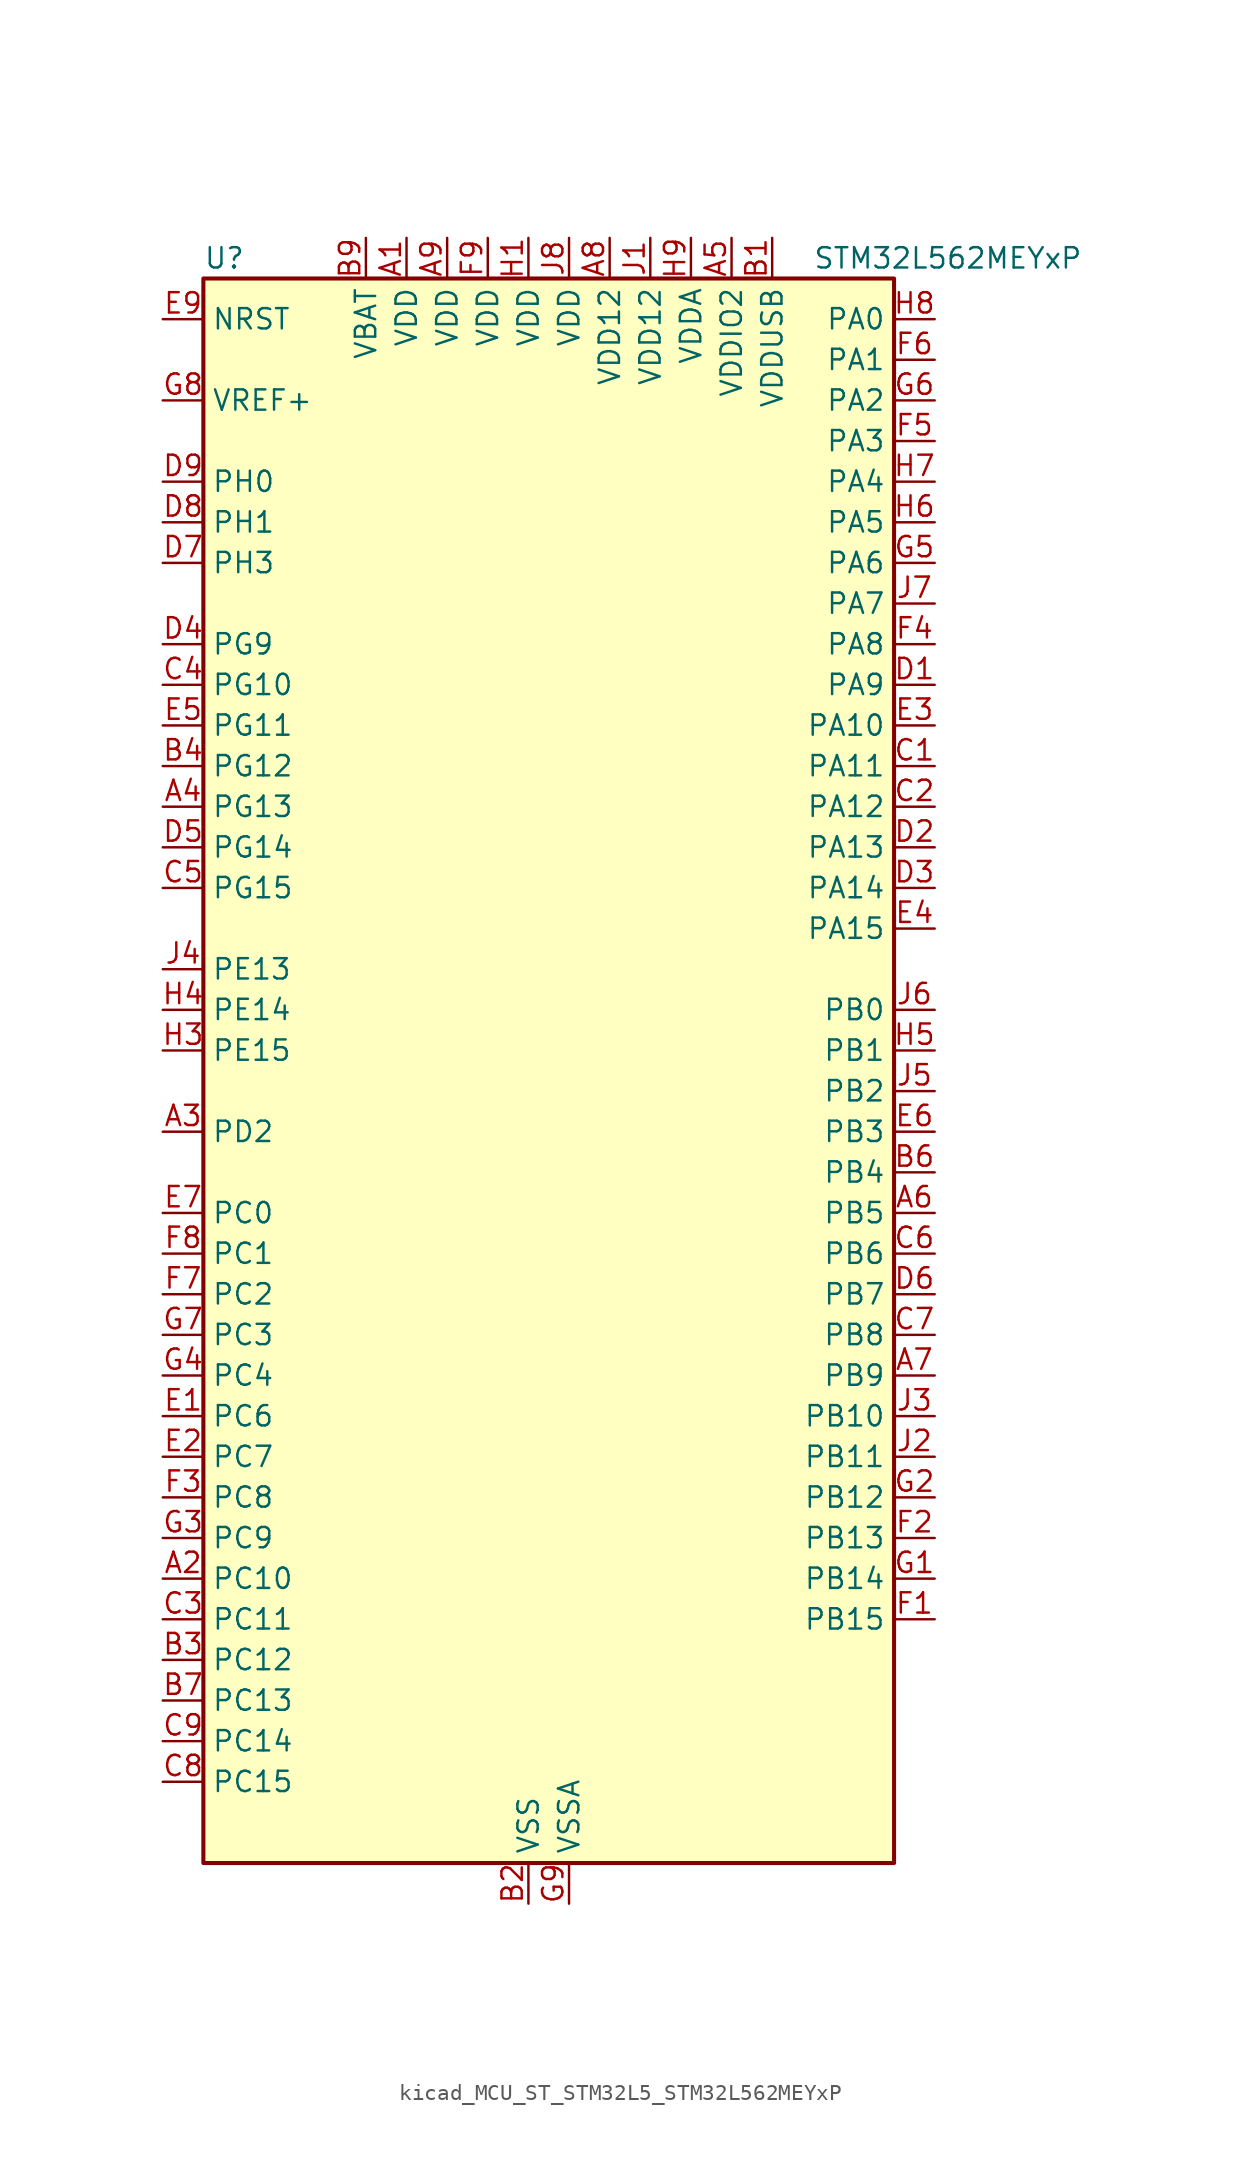
<source format=kicad_sym>
(kicad_symbol_lib
  (version 20220914)
  (generator kicad_symbol_editor)
  (symbol "kicad_MCU_ST_STM32L5_STM32L562MEYxP"
    (property "Reference" "U"
      (at -20.32 52.07 0)
      (effects (font (size 1.27 1.27)) (justify left)))
    (property "Value" "STM32L562MEYxP"
      (at 17.78 52.07 0)
      (effects (font (size 1.27 1.27)) (justify left)))
    (property "ki_locked" ""
      (at 0 0 0)
      (effects (font (size 1.27 1.27))))
    (symbol "kicad_MCU_ST_STM32L5_STM32L562MEYxP_0_1"
      (rectangle (start -20.32 -48.26) (end 22.86 50.8) (stroke (width 0.254) (type default)) (fill (type background))))
    (symbol "kicad_MCU_ST_STM32L5_STM32L562MEYxP_1_1"
      (pin power_in line (at -7.62 53.34 270) (length 2.54) (name "VDD" (effects (font (size 1.27 1.27)))) (number "A1" (effects (font (size 1.27 1.27)))))
      (pin bidirectional line (at -22.86 -30.48 0) (length 2.54) (name "PC10" (effects (font (size 1.27 1.27)))) (number "A2" (effects (font (size 1.27 1.27)))) (alternate "DEBUG_TRACED1" bidirectional line) (alternate "LPTIM3_ETR" bidirectional line) (alternate "SAI2_SCK_B" bidirectional line) (alternate "SDMMC1_D2" bidirectional line) (alternate "SPI3_SCK" bidirectional line) (alternate "TSC_G3_IO2" bidirectional line) (alternate "UART4_TX" bidirectional line) (alternate "USART3_TX" bidirectional line))
      (pin bidirectional line (at -22.86 -2.54 0) (length 2.54) (name "PD2" (effects (font (size 1.27 1.27)))) (number "A3" (effects (font (size 1.27 1.27)))) (alternate "DEBUG_TRACED2" bidirectional line) (alternate "SDMMC1_CMD" bidirectional line) (alternate "TIM3_ETR" bidirectional line) (alternate "TSC_SYNC" bidirectional line) (alternate "UART5_RX" bidirectional line) (alternate "USART3_DE" bidirectional line) (alternate "USART3_RTS" bidirectional line))
      (pin bidirectional line (at -22.86 17.78 0) (length 2.54) (name "PG13" (effects (font (size 1.27 1.27)))) (number "A4" (effects (font (size 1.27 1.27)))) (alternate "I2C1_SDA" bidirectional line) (alternate "USART1_CK" bidirectional line))
      (pin power_in line (at 12.7 53.34 270) (length 2.54) (name "VDDIO2" (effects (font (size 1.27 1.27)))) (number "A5" (effects (font (size 1.27 1.27)))))
      (pin bidirectional line (at 25.4 -7.62 180) (length 2.54) (name "PB5" (effects (font (size 1.27 1.27)))) (number "A6" (effects (font (size 1.27 1.27)))) (alternate "COMP2_OUT" bidirectional line) (alternate "I2C1_SMBA" bidirectional line) (alternate "LPTIM1_IN1" bidirectional line) (alternate "OCTOSPI1_NCLK" bidirectional line) (alternate "SAI1_SD_B" bidirectional line) (alternate "SPI1_MOSI" bidirectional line) (alternate "SPI3_MOSI" bidirectional line) (alternate "TIM16_BKIN" bidirectional line) (alternate "TIM3_CH2" bidirectional line) (alternate "TSC_G2_IO2" bidirectional line) (alternate "UART5_CTS" bidirectional line) (alternate "UCPD1_DBCC1" bidirectional line) (alternate "USART1_CK" bidirectional line))
      (pin bidirectional line (at 25.4 -17.78 180) (length 2.54) (name "PB9" (effects (font (size 1.27 1.27)))) (number "A7" (effects (font (size 1.27 1.27)))) (alternate "DAC1_EXTI9" bidirectional line) (alternate "FDCAN1_TX" bidirectional line) (alternate "I2C1_SDA" bidirectional line) (alternate "IR_OUT" bidirectional line) (alternate "SAI1_D2" bidirectional line) (alternate "SAI1_FS_A" bidirectional line) (alternate "SDMMC1_CDIR" bidirectional line) (alternate "SDMMC1_D5" bidirectional line) (alternate "SPI2_NSS" bidirectional line) (alternate "TIM17_CH1" bidirectional line) (alternate "TIM4_CH4" bidirectional line))
      (pin power_in line (at 5.08 53.34 270) (length 2.54) (name "VDD12" (effects (font (size 1.27 1.27)))) (number "A8" (effects (font (size 1.27 1.27)))))
      (pin power_in line (at -5.08 53.34 270) (length 2.54) (name "VDD" (effects (font (size 1.27 1.27)))) (number "A9" (effects (font (size 1.27 1.27)))))
      (pin power_in line (at 15.24 53.34 270) (length 2.54) (name "VDDUSB" (effects (font (size 1.27 1.27)))) (number "B1" (effects (font (size 1.27 1.27)))))
      (pin power_in line (at 0 -50.8 90) (length 2.54) (name "VSS" (effects (font (size 1.27 1.27)))) (number "B2" (effects (font (size 1.27 1.27)))))
      (pin bidirectional line (at -22.86 -35.56 0) (length 2.54) (name "PC12" (effects (font (size 1.27 1.27)))) (number "B3" (effects (font (size 1.27 1.27)))) (alternate "DEBUG_TRACED3" bidirectional line) (alternate "SAI2_SD_B" bidirectional line) (alternate "SDMMC1_CK" bidirectional line) (alternate "SPI3_MOSI" bidirectional line) (alternate "TSC_G3_IO4" bidirectional line) (alternate "UART5_TX" bidirectional line) (alternate "USART3_CK" bidirectional line))
      (pin bidirectional line (at -22.86 20.32 0) (length 2.54) (name "PG12" (effects (font (size 1.27 1.27)))) (number "B4" (effects (font (size 1.27 1.27)))) (alternate "LPTIM1_ETR" bidirectional line) (alternate "SAI2_SD_A" bidirectional line) (alternate "SPI3_NSS" bidirectional line) (alternate "USART1_DE" bidirectional line) (alternate "USART1_RTS" bidirectional line))
      (pin passive line (at 0 -50.8 90) (length 2.54) hide (name "VSS" (effects (font (size 1.27 1.27)))) (number "B5" (effects (font (size 1.27 1.27)))))
      (pin bidirectional line (at 25.4 -5.08 180) (length 2.54) (name "PB4" (effects (font (size 1.27 1.27)))) (number "B6" (effects (font (size 1.27 1.27)))) (alternate "COMP2_INP" bidirectional line) (alternate "DEBUG_JTRST" bidirectional line) (alternate "I2C3_SDA" bidirectional line) (alternate "SAI1_MCLK_B" bidirectional line) (alternate "SPI1_MISO" bidirectional line) (alternate "SPI3_MISO" bidirectional line) (alternate "TIM17_BKIN" bidirectional line) (alternate "TIM3_CH1" bidirectional line) (alternate "TSC_G2_IO1" bidirectional line) (alternate "UART5_DE" bidirectional line) (alternate "UART5_RTS" bidirectional line) (alternate "USART1_CTS" bidirectional line) (alternate "USART1_NSS" bidirectional line))
      (pin bidirectional line (at -22.86 -38.1 0) (length 2.54) (name "PC13" (effects (font (size 1.27 1.27)))) (number "B7" (effects (font (size 1.27 1.27)))) (alternate "PWR_WKUP2" bidirectional line) (alternate "RTC_OUT1" bidirectional line) (alternate "RTC_TS" bidirectional line) (alternate "TAMP_IN1" bidirectional line) (alternate "TAMP_OUT2" bidirectional line))
      (pin passive line (at 0 -50.8 90) (length 2.54) hide (name "VSS" (effects (font (size 1.27 1.27)))) (number "B8" (effects (font (size 1.27 1.27)))))
      (pin power_in line (at -10.16 53.34 270) (length 2.54) (name "VBAT" (effects (font (size 1.27 1.27)))) (number "B9" (effects (font (size 1.27 1.27)))))
      (pin bidirectional line (at 25.4 20.32 180) (length 2.54) (name "PA11" (effects (font (size 1.27 1.27)))) (number "C1" (effects (font (size 1.27 1.27)))) (alternate "ADC1_EXTI11" bidirectional line) (alternate "ADC2_EXTI11" bidirectional line) (alternate "FDCAN1_RX" bidirectional line) (alternate "SPI1_MISO" bidirectional line) (alternate "TIM1_BKIN2" bidirectional line) (alternate "TIM1_CH4" bidirectional line) (alternate "USART1_CTS" bidirectional line) (alternate "USART1_NSS" bidirectional line) (alternate "USB_DM" bidirectional line))
      (pin bidirectional line (at 25.4 17.78 180) (length 2.54) (name "PA12" (effects (font (size 1.27 1.27)))) (number "C2" (effects (font (size 1.27 1.27)))) (alternate "FDCAN1_TX" bidirectional line) (alternate "SPI1_MOSI" bidirectional line) (alternate "TIM1_ETR" bidirectional line) (alternate "USART1_DE" bidirectional line) (alternate "USART1_RTS" bidirectional line) (alternate "USB_DP" bidirectional line))
      (pin bidirectional line (at -22.86 -33.02 0) (length 2.54) (name "PC11" (effects (font (size 1.27 1.27)))) (number "C3" (effects (font (size 1.27 1.27)))) (alternate "ADC1_EXTI11" bidirectional line) (alternate "ADC2_EXTI11" bidirectional line) (alternate "LPTIM3_IN1" bidirectional line) (alternate "OCTOSPI1_NCS" bidirectional line) (alternate "SAI2_MCLK_B" bidirectional line) (alternate "SDMMC1_D3" bidirectional line) (alternate "SPI3_MISO" bidirectional line) (alternate "TSC_G3_IO3" bidirectional line) (alternate "UART4_RX" bidirectional line) (alternate "UCPD1_FRSTX2" bidirectional line) (alternate "USART3_RX" bidirectional line))
      (pin bidirectional line (at -22.86 25.4 0) (length 2.54) (name "PG10" (effects (font (size 1.27 1.27)))) (number "C4" (effects (font (size 1.27 1.27)))) (alternate "LPTIM1_IN1" bidirectional line) (alternate "SAI2_FS_A" bidirectional line) (alternate "SPI3_MISO" bidirectional line) (alternate "TIM15_CH1" bidirectional line) (alternate "USART1_RX" bidirectional line))
      (pin bidirectional line (at -22.86 12.7 0) (length 2.54) (name "PG15" (effects (font (size 1.27 1.27)))) (number "C5" (effects (font (size 1.27 1.27)))) (alternate "ADC1_EXTI15" bidirectional line) (alternate "ADC2_EXTI15" bidirectional line) (alternate "I2C1_SMBA" bidirectional line) (alternate "LPTIM1_OUT" bidirectional line))
      (pin bidirectional line (at 25.4 -10.16 180) (length 2.54) (name "PB6" (effects (font (size 1.27 1.27)))) (number "C6" (effects (font (size 1.27 1.27)))) (alternate "COMP2_INP" bidirectional line) (alternate "I2C1_SCL" bidirectional line) (alternate "I2C4_SCL" bidirectional line) (alternate "LPTIM1_ETR" bidirectional line) (alternate "SAI1_FS_B" bidirectional line) (alternate "TIM16_CH1N" bidirectional line) (alternate "TIM4_CH1" bidirectional line) (alternate "TIM8_BKIN2" bidirectional line) (alternate "TSC_G2_IO3" bidirectional line) (alternate "USART1_TX" bidirectional line))
      (pin bidirectional line (at 25.4 -15.24 180) (length 2.54) (name "PB8" (effects (font (size 1.27 1.27)))) (number "C7" (effects (font (size 1.27 1.27)))) (alternate "DFSDM1_CKOUT" bidirectional line) (alternate "FDCAN1_RX" bidirectional line) (alternate "I2C1_SCL" bidirectional line) (alternate "SAI1_CK1" bidirectional line) (alternate "SAI1_MCLK_A" bidirectional line) (alternate "SDMMC1_CKIN" bidirectional line) (alternate "SDMMC1_D4" bidirectional line) (alternate "TIM16_CH1" bidirectional line) (alternate "TIM4_CH3" bidirectional line))
      (pin bidirectional line (at -22.86 -43.18 0) (length 2.54) (name "PC15" (effects (font (size 1.27 1.27)))) (number "C8" (effects (font (size 1.27 1.27)))) (alternate "ADC1_EXTI15" bidirectional line) (alternate "ADC2_EXTI15" bidirectional line) (alternate "RCC_OSC32_OUT" bidirectional line))
      (pin bidirectional line (at -22.86 -40.64 0) (length 2.54) (name "PC14" (effects (font (size 1.27 1.27)))) (number "C9" (effects (font (size 1.27 1.27)))) (alternate "RCC_OSC32_IN" bidirectional line))
      (pin bidirectional line (at 25.4 25.4 180) (length 2.54) (name "PA9" (effects (font (size 1.27 1.27)))) (number "D1" (effects (font (size 1.27 1.27)))) (alternate "DAC1_EXTI9" bidirectional line) (alternate "SAI1_FS_A" bidirectional line) (alternate "SPI2_SCK" bidirectional line) (alternate "TIM15_BKIN" bidirectional line) (alternate "TIM1_CH2" bidirectional line) (alternate "USART1_TX" bidirectional line))
      (pin bidirectional line (at 25.4 15.24 180) (length 2.54) (name "PA13" (effects (font (size 1.27 1.27)))) (number "D2" (effects (font (size 1.27 1.27)))) (alternate "DEBUG_JTMS-SWDIO" bidirectional line) (alternate "IR_OUT" bidirectional line) (alternate "SAI1_SD_B" bidirectional line) (alternate "USB_NOE" bidirectional line))
      (pin bidirectional line (at 25.4 12.7 180) (length 2.54) (name "PA14" (effects (font (size 1.27 1.27)))) (number "D3" (effects (font (size 1.27 1.27)))) (alternate "DEBUG_JTCK-SWCLK" bidirectional line) (alternate "I2C1_SMBA" bidirectional line) (alternate "I2C4_SMBA" bidirectional line) (alternate "LPTIM1_OUT" bidirectional line) (alternate "SAI1_FS_B" bidirectional line))
      (pin bidirectional line (at -22.86 27.94 0) (length 2.54) (name "PG9" (effects (font (size 1.27 1.27)))) (number "D4" (effects (font (size 1.27 1.27)))) (alternate "DAC1_EXTI9" bidirectional line) (alternate "SAI2_SCK_A" bidirectional line) (alternate "SPI3_SCK" bidirectional line) (alternate "TIM15_CH1N" bidirectional line) (alternate "USART1_TX" bidirectional line))
      (pin bidirectional line (at -22.86 15.24 0) (length 2.54) (name "PG14" (effects (font (size 1.27 1.27)))) (number "D5" (effects (font (size 1.27 1.27)))) (alternate "I2C1_SCL" bidirectional line))
      (pin bidirectional line (at 25.4 -12.7 180) (length 2.54) (name "PB7" (effects (font (size 1.27 1.27)))) (number "D6" (effects (font (size 1.27 1.27)))) (alternate "COMP2_INM" bidirectional line) (alternate "I2C1_SDA" bidirectional line) (alternate "I2C4_SDA" bidirectional line) (alternate "LPTIM1_IN2" bidirectional line) (alternate "PWR_PVD_IN" bidirectional line) (alternate "TIM17_CH1N" bidirectional line) (alternate "TIM4_CH2" bidirectional line) (alternate "TIM8_BKIN" bidirectional line) (alternate "TSC_G2_IO4" bidirectional line) (alternate "UART4_CTS" bidirectional line) (alternate "USART1_RX" bidirectional line))
      (pin bidirectional line (at -22.86 33.02 0) (length 2.54) (name "PH3" (effects (font (size 1.27 1.27)))) (number "D7" (effects (font (size 1.27 1.27)))))
      (pin bidirectional line (at -22.86 35.56 0) (length 2.54) (name "PH1" (effects (font (size 1.27 1.27)))) (number "D8" (effects (font (size 1.27 1.27)))) (alternate "RCC_OSC_OUT" bidirectional line))
      (pin bidirectional line (at -22.86 38.1 0) (length 2.54) (name "PH0" (effects (font (size 1.27 1.27)))) (number "D9" (effects (font (size 1.27 1.27)))) (alternate "RCC_OSC_IN" bidirectional line))
      (pin bidirectional line (at -22.86 -20.32 0) (length 2.54) (name "PC6" (effects (font (size 1.27 1.27)))) (number "E1" (effects (font (size 1.27 1.27)))) (alternate "DFSDM1_CKIN3" bidirectional line) (alternate "SAI2_MCLK_A" bidirectional line) (alternate "SDMMC1_D0DIR" bidirectional line) (alternate "SDMMC1_D6" bidirectional line) (alternate "TIM3_CH1" bidirectional line) (alternate "TIM8_CH1" bidirectional line) (alternate "TSC_G4_IO1" bidirectional line))
      (pin bidirectional line (at -22.86 -22.86 0) (length 2.54) (name "PC7" (effects (font (size 1.27 1.27)))) (number "E2" (effects (font (size 1.27 1.27)))) (alternate "DFSDM1_DATIN3" bidirectional line) (alternate "SAI2_MCLK_B" bidirectional line) (alternate "SDMMC1_D123DIR" bidirectional line) (alternate "SDMMC1_D7" bidirectional line) (alternate "TIM3_CH2" bidirectional line) (alternate "TIM8_CH2" bidirectional line) (alternate "TSC_G4_IO2" bidirectional line))
      (pin bidirectional line (at 25.4 22.86 180) (length 2.54) (name "PA10" (effects (font (size 1.27 1.27)))) (number "E3" (effects (font (size 1.27 1.27)))) (alternate "CRS_SYNC" bidirectional line) (alternate "SAI1_D1" bidirectional line) (alternate "SAI1_SD_A" bidirectional line) (alternate "TIM17_BKIN" bidirectional line) (alternate "TIM1_CH3" bidirectional line) (alternate "USART1_RX" bidirectional line))
      (pin bidirectional line (at 25.4 10.16 180) (length 2.54) (name "PA15" (effects (font (size 1.27 1.27)))) (number "E4" (effects (font (size 1.27 1.27)))) (alternate "ADC1_EXTI15" bidirectional line) (alternate "ADC2_EXTI15" bidirectional line) (alternate "DEBUG_JTDI" bidirectional line) (alternate "SAI2_FS_B" bidirectional line) (alternate "SPI1_NSS" bidirectional line) (alternate "SPI3_NSS" bidirectional line) (alternate "TIM2_CH1" bidirectional line) (alternate "TIM2_ETR" bidirectional line) (alternate "UART4_DE" bidirectional line) (alternate "UART4_RTS" bidirectional line) (alternate "UCPD1_CC1" bidirectional line) (alternate "USART2_RX" bidirectional line) (alternate "USART3_DE" bidirectional line) (alternate "USART3_RTS" bidirectional line))
      (pin bidirectional line (at -22.86 22.86 0) (length 2.54) (name "PG11" (effects (font (size 1.27 1.27)))) (number "E5" (effects (font (size 1.27 1.27)))) (alternate "ADC1_EXTI11" bidirectional line) (alternate "ADC2_EXTI11" bidirectional line) (alternate "LPTIM1_IN2" bidirectional line) (alternate "OCTOSPI1_IO5" bidirectional line) (alternate "SAI2_MCLK_A" bidirectional line) (alternate "SPI3_MOSI" bidirectional line) (alternate "TIM15_CH2" bidirectional line) (alternate "USART1_CTS" bidirectional line) (alternate "USART1_NSS" bidirectional line))
      (pin bidirectional line (at 25.4 -2.54 180) (length 2.54) (name "PB3" (effects (font (size 1.27 1.27)))) (number "E6" (effects (font (size 1.27 1.27)))) (alternate "COMP2_INM" bidirectional line) (alternate "CRS_SYNC" bidirectional line) (alternate "DEBUG_JTDO-SWO" bidirectional line) (alternate "SAI1_SCK_B" bidirectional line) (alternate "SPI1_SCK" bidirectional line) (alternate "SPI3_SCK" bidirectional line) (alternate "TIM2_CH2" bidirectional line) (alternate "USART1_DE" bidirectional line) (alternate "USART1_RTS" bidirectional line))
      (pin bidirectional line (at -22.86 -7.62 0) (length 2.54) (name "PC0" (effects (font (size 1.27 1.27)))) (number "E7" (effects (font (size 1.27 1.27)))) (alternate "ADC1_IN1" bidirectional line) (alternate "ADC2_IN1" bidirectional line) (alternate "I2C3_SCL" bidirectional line) (alternate "LPTIM1_IN1" bidirectional line) (alternate "LPTIM2_IN1" bidirectional line) (alternate "LPUART1_RX" bidirectional line) (alternate "OCTOSPI1_IO7" bidirectional line) (alternate "SAI2_FS_A" bidirectional line) (alternate "SDMMC1_D5" bidirectional line))
      (pin passive line (at 0 -50.8 90) (length 2.54) hide (name "VSS" (effects (font (size 1.27 1.27)))) (number "E8" (effects (font (size 1.27 1.27)))))
      (pin input line (at -22.86 48.26 0) (length 2.54) (name "NRST" (effects (font (size 1.27 1.27)))) (number "E9" (effects (font (size 1.27 1.27)))))
      (pin bidirectional line (at 25.4 -33.02 180) (length 2.54) (name "PB15" (effects (font (size 1.27 1.27)))) (number "F1" (effects (font (size 1.27 1.27)))) (alternate "ADC1_EXTI15" bidirectional line) (alternate "ADC2_EXTI15" bidirectional line) (alternate "DFSDM1_CKIN2" bidirectional line) (alternate "RTC_REFIN" bidirectional line) (alternate "SAI2_SD_A" bidirectional line) (alternate "SPI2_MOSI" bidirectional line) (alternate "TIM15_CH2" bidirectional line) (alternate "TIM1_CH3N" bidirectional line) (alternate "TIM8_CH3N" bidirectional line) (alternate "UCPD1_CC2" bidirectional line))
      (pin bidirectional line (at 25.4 -27.94 180) (length 2.54) (name "PB13" (effects (font (size 1.27 1.27)))) (number "F2" (effects (font (size 1.27 1.27)))) (alternate "DFSDM1_CKIN1" bidirectional line) (alternate "I2C2_SCL" bidirectional line) (alternate "LPTIM3_IN1" bidirectional line) (alternate "LPUART1_CTS" bidirectional line) (alternate "SAI2_SCK_A" bidirectional line) (alternate "SPI2_SCK" bidirectional line) (alternate "TIM15_CH1N" bidirectional line) (alternate "TIM1_CH1N" bidirectional line) (alternate "TSC_G1_IO2" bidirectional line) (alternate "UCPD1_FRSTX2" bidirectional line) (alternate "USART3_CTS" bidirectional line) (alternate "USART3_NSS" bidirectional line))
      (pin bidirectional line (at -22.86 -25.4 0) (length 2.54) (name "PC8" (effects (font (size 1.27 1.27)))) (number "F3" (effects (font (size 1.27 1.27)))) (alternate "SDMMC1_D0" bidirectional line) (alternate "TIM3_CH3" bidirectional line) (alternate "TIM8_CH3" bidirectional line) (alternate "TSC_G4_IO3" bidirectional line))
      (pin bidirectional line (at 25.4 27.94 180) (length 2.54) (name "PA8" (effects (font (size 1.27 1.27)))) (number "F4" (effects (font (size 1.27 1.27)))) (alternate "LPTIM2_OUT" bidirectional line) (alternate "RCC_MCO" bidirectional line) (alternate "SAI1_CK2" bidirectional line) (alternate "SAI1_SCK_A" bidirectional line) (alternate "TIM1_CH1" bidirectional line) (alternate "USART1_CK" bidirectional line))
      (pin bidirectional line (at 25.4 40.64 180) (length 2.54) (name "PA3" (effects (font (size 1.27 1.27)))) (number "F5" (effects (font (size 1.27 1.27)))) (alternate "ADC1_IN8" bidirectional line) (alternate "ADC2_IN8" bidirectional line) (alternate "LPUART1_RX" bidirectional line) (alternate "OCTOSPI1_CLK" bidirectional line) (alternate "OPAMP1_VOUT" bidirectional line) (alternate "SAI1_CK1" bidirectional line) (alternate "SAI1_MCLK_A" bidirectional line) (alternate "TIM15_CH2" bidirectional line) (alternate "TIM2_CH4" bidirectional line) (alternate "TIM5_CH4" bidirectional line) (alternate "USART2_RX" bidirectional line))
      (pin bidirectional line (at 25.4 45.72 180) (length 2.54) (name "PA1" (effects (font (size 1.27 1.27)))) (number "F6" (effects (font (size 1.27 1.27)))) (alternate "ADC1_IN6" bidirectional line) (alternate "ADC2_IN6" bidirectional line) (alternate "I2C1_SMBA" bidirectional line) (alternate "OCTOSPI1_DQS" bidirectional line) (alternate "OPAMP1_VINM" bidirectional line) (alternate "SPI1_SCK" bidirectional line) (alternate "TAMP_IN5" bidirectional line) (alternate "TAMP_OUT4" bidirectional line) (alternate "TIM15_CH1N" bidirectional line) (alternate "TIM2_CH2" bidirectional line) (alternate "TIM5_CH2" bidirectional line) (alternate "UART4_RX" bidirectional line) (alternate "USART2_DE" bidirectional line) (alternate "USART2_RTS" bidirectional line))
      (pin bidirectional line (at -22.86 -12.7 0) (length 2.54) (name "PC2" (effects (font (size 1.27 1.27)))) (number "F7" (effects (font (size 1.27 1.27)))) (alternate "ADC1_IN3" bidirectional line) (alternate "ADC2_IN3" bidirectional line) (alternate "DFSDM1_CKOUT" bidirectional line) (alternate "LPTIM1_IN2" bidirectional line) (alternate "OCTOSPI1_IO5" bidirectional line) (alternate "SPI2_MISO" bidirectional line))
      (pin bidirectional line (at -22.86 -10.16 0) (length 2.54) (name "PC1" (effects (font (size 1.27 1.27)))) (number "F8" (effects (font (size 1.27 1.27)))) (alternate "ADC1_IN2" bidirectional line) (alternate "ADC2_IN2" bidirectional line) (alternate "DEBUG_TRACED0" bidirectional line) (alternate "I2C3_SDA" bidirectional line) (alternate "LPTIM1_OUT" bidirectional line) (alternate "LPUART1_TX" bidirectional line) (alternate "OCTOSPI1_IO4" bidirectional line) (alternate "SAI1_SD_A" bidirectional line) (alternate "SPI2_MOSI" bidirectional line))
      (pin power_in line (at -2.54 53.34 270) (length 2.54) (name "VDD" (effects (font (size 1.27 1.27)))) (number "F9" (effects (font (size 1.27 1.27)))))
      (pin bidirectional line (at 25.4 -30.48 180) (length 2.54) (name "PB14" (effects (font (size 1.27 1.27)))) (number "G1" (effects (font (size 1.27 1.27)))) (alternate "DFSDM1_DATIN2" bidirectional line) (alternate "I2C2_SDA" bidirectional line) (alternate "LPTIM3_ETR" bidirectional line) (alternate "SAI2_MCLK_A" bidirectional line) (alternate "SPI2_MISO" bidirectional line) (alternate "TIM15_CH1" bidirectional line) (alternate "TIM1_CH2N" bidirectional line) (alternate "TIM8_CH2N" bidirectional line) (alternate "TSC_G1_IO3" bidirectional line) (alternate "UCPD1_DBCC2" bidirectional line) (alternate "USART3_DE" bidirectional line) (alternate "USART3_RTS" bidirectional line))
      (pin bidirectional line (at 25.4 -25.4 180) (length 2.54) (name "PB12" (effects (font (size 1.27 1.27)))) (number "G2" (effects (font (size 1.27 1.27)))) (alternate "DFSDM1_DATIN1" bidirectional line) (alternate "I2C2_SMBA" bidirectional line) (alternate "LPUART1_DE" bidirectional line) (alternate "LPUART1_RTS" bidirectional line) (alternate "OCTOSPI1_NCLK" bidirectional line) (alternate "SAI2_FS_A" bidirectional line) (alternate "SPI2_NSS" bidirectional line) (alternate "TIM15_BKIN" bidirectional line) (alternate "TIM1_BKIN" bidirectional line) (alternate "TSC_G1_IO1" bidirectional line) (alternate "USART3_CK" bidirectional line))
      (pin bidirectional line (at -22.86 -27.94 0) (length 2.54) (name "PC9" (effects (font (size 1.27 1.27)))) (number "G3" (effects (font (size 1.27 1.27)))) (alternate "DAC1_EXTI9" bidirectional line) (alternate "DEBUG_TRACED0" bidirectional line) (alternate "SAI2_EXTCLK" bidirectional line) (alternate "SDMMC1_D1" bidirectional line) (alternate "TIM3_CH4" bidirectional line) (alternate "TIM8_BKIN2" bidirectional line) (alternate "TIM8_CH4" bidirectional line) (alternate "TSC_G4_IO4" bidirectional line) (alternate "USB_NOE" bidirectional line))
      (pin bidirectional line (at -22.86 -17.78 0) (length 2.54) (name "PC4" (effects (font (size 1.27 1.27)))) (number "G4" (effects (font (size 1.27 1.27)))) (alternate "ADC1_IN13" bidirectional line) (alternate "ADC2_IN13" bidirectional line) (alternate "COMP1_INM" bidirectional line) (alternate "OCTOSPI1_IO7" bidirectional line) (alternate "USART3_TX" bidirectional line))
      (pin bidirectional line (at 25.4 33.02 180) (length 2.54) (name "PA6" (effects (font (size 1.27 1.27)))) (number "G5" (effects (font (size 1.27 1.27)))) (alternate "ADC1_IN11" bidirectional line) (alternate "ADC2_IN11" bidirectional line) (alternate "LPUART1_CTS" bidirectional line) (alternate "OCTOSPI1_IO3" bidirectional line) (alternate "OPAMP2_VINP" bidirectional line) (alternate "SPI1_MISO" bidirectional line) (alternate "TIM16_CH1" bidirectional line) (alternate "TIM1_BKIN" bidirectional line) (alternate "TIM3_CH1" bidirectional line) (alternate "TIM8_BKIN" bidirectional line) (alternate "USART3_CTS" bidirectional line) (alternate "USART3_NSS" bidirectional line))
      (pin bidirectional line (at 25.4 43.18 180) (length 2.54) (name "PA2" (effects (font (size 1.27 1.27)))) (number "G6" (effects (font (size 1.27 1.27)))) (alternate "ADC1_IN7" bidirectional line) (alternate "ADC2_IN7" bidirectional line) (alternate "COMP1_INP" bidirectional line) (alternate "LPUART1_TX" bidirectional line) (alternate "OCTOSPI1_NCS" bidirectional line) (alternate "PWR_WKUP4" bidirectional line) (alternate "RCC_LSCO" bidirectional line) (alternate "SAI2_EXTCLK" bidirectional line) (alternate "TIM15_CH1" bidirectional line) (alternate "TIM2_CH3" bidirectional line) (alternate "TIM5_CH3" bidirectional line) (alternate "UCPD1_FRSTX1" bidirectional line) (alternate "USART2_TX" bidirectional line))
      (pin bidirectional line (at -22.86 -15.24 0) (length 2.54) (name "PC3" (effects (font (size 1.27 1.27)))) (number "G7" (effects (font (size 1.27 1.27)))) (alternate "ADC1_IN4" bidirectional line) (alternate "ADC2_IN4" bidirectional line) (alternate "LPTIM1_ETR" bidirectional line) (alternate "LPTIM2_ETR" bidirectional line) (alternate "LPTIM3_OUT" bidirectional line) (alternate "OCTOSPI1_IO6" bidirectional line) (alternate "SAI1_D1" bidirectional line) (alternate "SAI1_SD_A" bidirectional line) (alternate "SPI2_MOSI" bidirectional line))
      (pin input line (at -22.86 43.18 0) (length 2.54) (name "VREF+" (effects (font (size 1.27 1.27)))) (number "G8" (effects (font (size 1.27 1.27)))))
      (pin power_in line (at 2.54 -50.8 90) (length 2.54) (name "VSSA" (effects (font (size 1.27 1.27)))) (number "G9" (effects (font (size 1.27 1.27)))))
      (pin power_in line (at 0 53.34 270) (length 2.54) (name "VDD" (effects (font (size 1.27 1.27)))) (number "H1" (effects (font (size 1.27 1.27)))))
      (pin passive line (at 0 -50.8 90) (length 2.54) hide (name "VSS" (effects (font (size 1.27 1.27)))) (number "H2" (effects (font (size 1.27 1.27)))))
      (pin bidirectional line (at -22.86 2.54 0) (length 2.54) (name "PE15" (effects (font (size 1.27 1.27)))) (number "H3" (effects (font (size 1.27 1.27)))) (alternate "ADC1_EXTI15" bidirectional line) (alternate "ADC2_EXTI15" bidirectional line) (alternate "OCTOSPI1_IO3" bidirectional line) (alternate "SPI1_MOSI" bidirectional line) (alternate "TIM1_BKIN" bidirectional line))
      (pin bidirectional line (at -22.86 5.08 0) (length 2.54) (name "PE14" (effects (font (size 1.27 1.27)))) (number "H4" (effects (font (size 1.27 1.27)))) (alternate "OCTOSPI1_IO2" bidirectional line) (alternate "SPI1_MISO" bidirectional line) (alternate "TIM1_BKIN2" bidirectional line) (alternate "TIM1_CH4" bidirectional line))
      (pin bidirectional line (at 25.4 2.54 180) (length 2.54) (name "PB1" (effects (font (size 1.27 1.27)))) (number "H5" (effects (font (size 1.27 1.27)))) (alternate "ADC1_IN16" bidirectional line) (alternate "ADC2_IN16" bidirectional line) (alternate "COMP1_INM" bidirectional line) (alternate "DFSDM1_DATIN0" bidirectional line) (alternate "LPTIM2_IN1" bidirectional line) (alternate "LPUART1_DE" bidirectional line) (alternate "LPUART1_RTS" bidirectional line) (alternate "OCTOSPI1_IO0" bidirectional line) (alternate "TIM1_CH3N" bidirectional line) (alternate "TIM3_CH4" bidirectional line) (alternate "TIM8_CH3N" bidirectional line) (alternate "USART3_DE" bidirectional line) (alternate "USART3_RTS" bidirectional line))
      (pin bidirectional line (at 25.4 35.56 180) (length 2.54) (name "PA5" (effects (font (size 1.27 1.27)))) (number "H6" (effects (font (size 1.27 1.27)))) (alternate "ADC1_IN10" bidirectional line) (alternate "ADC2_IN10" bidirectional line) (alternate "DAC1_OUT2" bidirectional line) (alternate "LPTIM2_ETR" bidirectional line) (alternate "SPI1_SCK" bidirectional line) (alternate "TIM2_CH1" bidirectional line) (alternate "TIM2_ETR" bidirectional line) (alternate "TIM8_CH1N" bidirectional line))
      (pin bidirectional line (at 25.4 38.1 180) (length 2.54) (name "PA4" (effects (font (size 1.27 1.27)))) (number "H7" (effects (font (size 1.27 1.27)))) (alternate "ADC1_IN9" bidirectional line) (alternate "ADC2_IN9" bidirectional line) (alternate "DAC1_OUT1" bidirectional line) (alternate "LPTIM2_OUT" bidirectional line) (alternate "OCTOSPI1_NCS" bidirectional line) (alternate "SAI1_FS_B" bidirectional line) (alternate "SPI1_NSS" bidirectional line) (alternate "SPI3_NSS" bidirectional line) (alternate "USART2_CK" bidirectional line))
      (pin bidirectional line (at 25.4 48.26 180) (length 2.54) (name "PA0" (effects (font (size 1.27 1.27)))) (number "H8" (effects (font (size 1.27 1.27)))) (alternate "ADC1_IN5" bidirectional line) (alternate "ADC2_IN5" bidirectional line) (alternate "OPAMP1_VINP" bidirectional line) (alternate "PWR_WKUP1" bidirectional line) (alternate "SAI1_EXTCLK" bidirectional line) (alternate "TAMP_IN2" bidirectional line) (alternate "TAMP_OUT1" bidirectional line) (alternate "TIM2_CH1" bidirectional line) (alternate "TIM2_ETR" bidirectional line) (alternate "TIM5_CH1" bidirectional line) (alternate "TIM8_ETR" bidirectional line) (alternate "UART4_TX" bidirectional line) (alternate "USART2_CTS" bidirectional line) (alternate "USART2_NSS" bidirectional line))
      (pin power_in line (at 10.16 53.34 270) (length 2.54) (name "VDDA" (effects (font (size 1.27 1.27)))) (number "H9" (effects (font (size 1.27 1.27)))))
      (pin power_in line (at 7.62 53.34 270) (length 2.54) (name "VDD12" (effects (font (size 1.27 1.27)))) (number "J1" (effects (font (size 1.27 1.27)))))
      (pin bidirectional line (at 25.4 -22.86 180) (length 2.54) (name "PB11" (effects (font (size 1.27 1.27)))) (number "J2" (effects (font (size 1.27 1.27)))) (alternate "ADC1_EXTI11" bidirectional line) (alternate "ADC2_EXTI11" bidirectional line) (alternate "COMP2_OUT" bidirectional line) (alternate "I2C2_SDA" bidirectional line) (alternate "I2C4_SDA" bidirectional line) (alternate "LPUART1_TX" bidirectional line) (alternate "OCTOSPI1_NCS" bidirectional line) (alternate "TIM2_CH4" bidirectional line) (alternate "USART3_RX" bidirectional line))
      (pin bidirectional line (at 25.4 -20.32 180) (length 2.54) (name "PB10" (effects (font (size 1.27 1.27)))) (number "J3" (effects (font (size 1.27 1.27)))) (alternate "COMP1_OUT" bidirectional line) (alternate "I2C2_SCL" bidirectional line) (alternate "I2C4_SCL" bidirectional line) (alternate "LPTIM3_OUT" bidirectional line) (alternate "LPUART1_RX" bidirectional line) (alternate "OCTOSPI1_CLK" bidirectional line) (alternate "SAI1_SCK_A" bidirectional line) (alternate "SPI2_SCK" bidirectional line) (alternate "TIM2_CH3" bidirectional line) (alternate "TSC_SYNC" bidirectional line) (alternate "USART3_TX" bidirectional line))
      (pin bidirectional line (at -22.86 7.62 0) (length 2.54) (name "PE13" (effects (font (size 1.27 1.27)))) (number "J4" (effects (font (size 1.27 1.27)))) (alternate "OCTOSPI1_IO1" bidirectional line) (alternate "SPI1_SCK" bidirectional line) (alternate "TIM1_CH3" bidirectional line) (alternate "TSC_G5_IO4" bidirectional line))
      (pin bidirectional line (at 25.4 0 180) (length 2.54) (name "PB2" (effects (font (size 1.27 1.27)))) (number "J5" (effects (font (size 1.27 1.27)))) (alternate "COMP1_INP" bidirectional line) (alternate "DFSDM1_CKIN0" bidirectional line) (alternate "I2C3_SMBA" bidirectional line) (alternate "LPTIM1_OUT" bidirectional line) (alternate "OCTOSPI1_DQS" bidirectional line) (alternate "RTC_OUT2" bidirectional line) (alternate "UCPD1_FRSTX1" bidirectional line))
      (pin bidirectional line (at 25.4 5.08 180) (length 2.54) (name "PB0" (effects (font (size 1.27 1.27)))) (number "J6" (effects (font (size 1.27 1.27)))) (alternate "ADC1_IN15" bidirectional line) (alternate "ADC2_IN15" bidirectional line) (alternate "COMP1_OUT" bidirectional line) (alternate "OCTOSPI1_IO1" bidirectional line) (alternate "OPAMP2_VOUT" bidirectional line) (alternate "SAI1_EXTCLK" bidirectional line) (alternate "SPI1_NSS" bidirectional line) (alternate "TIM1_CH2N" bidirectional line) (alternate "TIM3_CH3" bidirectional line) (alternate "TIM8_CH2N" bidirectional line) (alternate "USART3_CK" bidirectional line))
      (pin bidirectional line (at 25.4 30.48 180) (length 2.54) (name "PA7" (effects (font (size 1.27 1.27)))) (number "J7" (effects (font (size 1.27 1.27)))) (alternate "ADC1_IN12" bidirectional line) (alternate "ADC2_IN12" bidirectional line) (alternate "I2C3_SCL" bidirectional line) (alternate "OCTOSPI1_IO2" bidirectional line) (alternate "OPAMP2_VINM" bidirectional line) (alternate "SPI1_MOSI" bidirectional line) (alternate "TIM17_CH1" bidirectional line) (alternate "TIM1_CH1N" bidirectional line) (alternate "TIM3_CH2" bidirectional line) (alternate "TIM8_CH1N" bidirectional line))
      (pin power_in line (at 2.54 53.34 270) (length 2.54) (name "VDD" (effects (font (size 1.27 1.27)))) (number "J8" (effects (font (size 1.27 1.27)))))
      (pin passive line (at 0 -50.8 90) (length 2.54) hide (name "VSS" (effects (font (size 1.27 1.27)))) (number "J9" (effects (font (size 1.27 1.27))))))))
</source>
